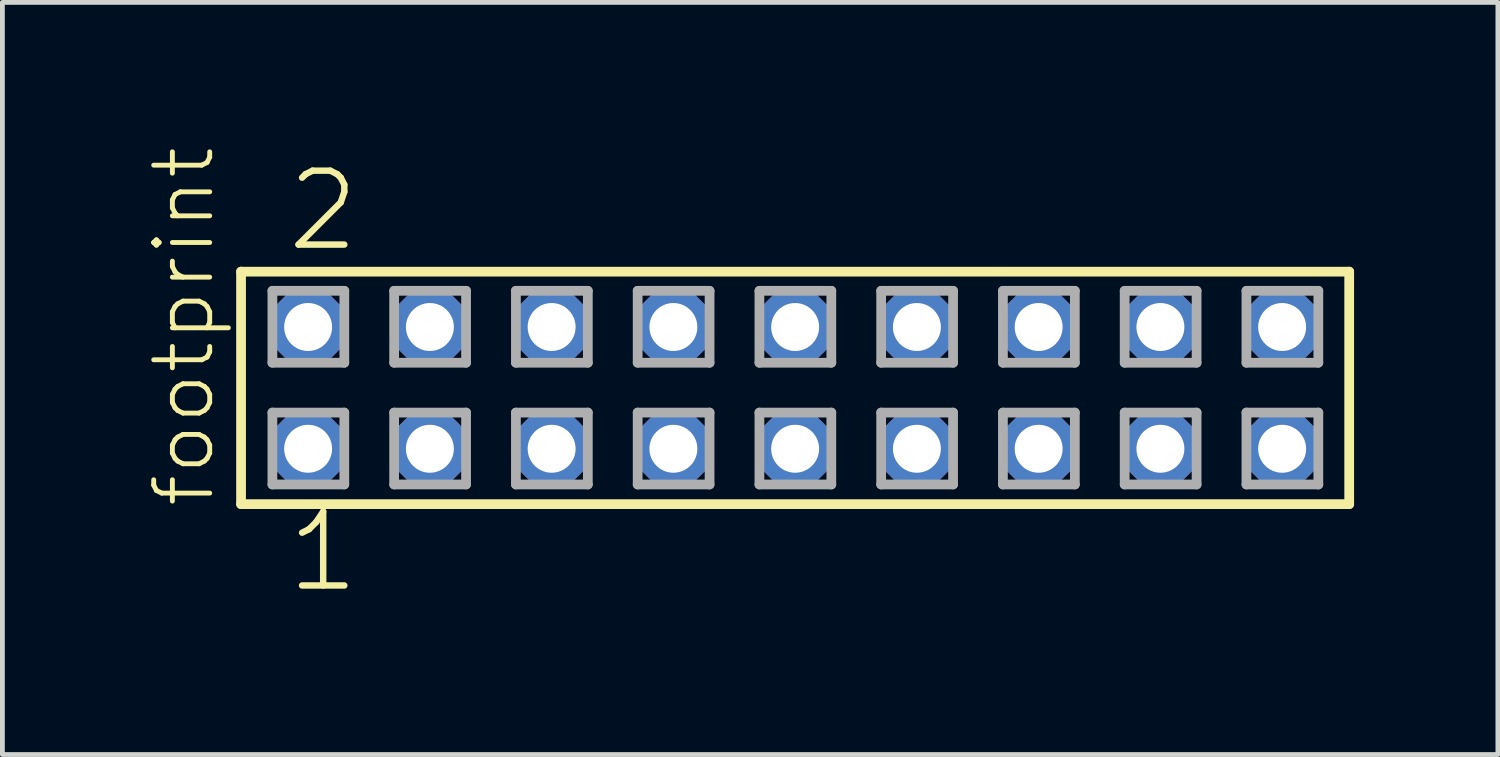
<source format=kicad_pcb>
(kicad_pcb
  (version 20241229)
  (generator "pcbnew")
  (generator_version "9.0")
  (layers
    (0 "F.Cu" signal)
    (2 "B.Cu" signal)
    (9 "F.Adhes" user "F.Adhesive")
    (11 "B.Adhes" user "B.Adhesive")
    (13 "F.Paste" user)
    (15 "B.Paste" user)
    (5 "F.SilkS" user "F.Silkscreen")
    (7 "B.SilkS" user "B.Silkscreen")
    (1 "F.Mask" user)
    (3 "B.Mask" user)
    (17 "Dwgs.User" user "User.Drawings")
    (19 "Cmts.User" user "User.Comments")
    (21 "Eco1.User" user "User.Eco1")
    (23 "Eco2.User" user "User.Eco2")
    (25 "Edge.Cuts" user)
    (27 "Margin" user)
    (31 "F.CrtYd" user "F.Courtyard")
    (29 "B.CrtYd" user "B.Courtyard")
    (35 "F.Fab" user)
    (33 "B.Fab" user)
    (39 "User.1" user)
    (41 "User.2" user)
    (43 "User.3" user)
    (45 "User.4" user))
  (footprint "footprint"
    (layer "F.Cu")
    (at 13.538 5.042)
    (property "Reference" "footprint" (at -12.065 2.54 90) (layer "F.SilkS") (effects (font (size 1.168 1.168) (thickness 0.102)) (justify left bottom)))
    (fp_line (start -11.559 -2.425) (end 11.559 -2.425) (stroke (width 0.203) (type solid)) (layer "F.SilkS"))
    (fp_line (start -11.559 2.425) (end -11.559 -2.425) (stroke (width 0.203) (type solid)) (layer "F.SilkS"))
    (fp_line (start 11.559 -2.425) (end 11.559 2.425) (stroke (width 0.203) (type solid)) (layer "F.SilkS"))
    (fp_line (start 11.559 2.425) (end -11.559 2.425) (stroke (width 0.203) (type solid)) (layer "F.SilkS"))
    (fp_line (start -10.905 -2.025) (end -9.405 -2.025) (stroke (width 0.203) (type solid)) (layer "F.Fab"))
    (fp_line (start -10.905 -0.525) (end -10.905 -2.025) (stroke (width 0.203) (type solid)) (layer "F.Fab"))
    (fp_line (start -10.905 0.515) (end -9.405 0.515) (stroke (width 0.203) (type solid)) (layer "F.Fab"))
    (fp_line (start -10.905 2.015) (end -10.905 0.515) (stroke (width 0.203) (type solid)) (layer "F.Fab"))
    (fp_line (start -9.405 -2.025) (end -9.405 -0.525) (stroke (width 0.203) (type solid)) (layer "F.Fab"))
    (fp_line (start -9.405 -0.525) (end -10.905 -0.525) (stroke (width 0.203) (type solid)) (layer "F.Fab"))
    (fp_line (start -9.405 0.515) (end -9.405 2.015) (stroke (width 0.203) (type solid)) (layer "F.Fab"))
    (fp_line (start -9.405 2.015) (end -10.905 2.015) (stroke (width 0.203) (type solid)) (layer "F.Fab"))
    (fp_line (start -8.365 -2.025) (end -6.865 -2.025) (stroke (width 0.203) (type solid)) (layer "F.Fab"))
    (fp_line (start -8.365 -0.525) (end -8.365 -2.025) (stroke (width 0.203) (type solid)) (layer "F.Fab"))
    (fp_line (start -8.365 0.515) (end -6.865 0.515) (stroke (width 0.203) (type solid)) (layer "F.Fab"))
    (fp_line (start -8.365 2.015) (end -8.365 0.515) (stroke (width 0.203) (type solid)) (layer "F.Fab"))
    (fp_line (start -6.865 -2.025) (end -6.865 -0.525) (stroke (width 0.203) (type solid)) (layer "F.Fab"))
    (fp_line (start -6.865 -0.525) (end -8.365 -0.525) (stroke (width 0.203) (type solid)) (layer "F.Fab"))
    (fp_line (start -6.865 0.515) (end -6.865 2.015) (stroke (width 0.203) (type solid)) (layer "F.Fab"))
    (fp_line (start -6.865 2.015) (end -8.365 2.015) (stroke (width 0.203) (type solid)) (layer "F.Fab"))
    (fp_line (start -5.825 -2.025) (end -4.325 -2.025) (stroke (width 0.203) (type solid)) (layer "F.Fab"))
    (fp_line (start -5.825 -0.525) (end -5.825 -2.025) (stroke (width 0.203) (type solid)) (layer "F.Fab"))
    (fp_line (start -5.825 0.515) (end -4.325 0.515) (stroke (width 0.203) (type solid)) (layer "F.Fab"))
    (fp_line (start -5.825 2.015) (end -5.825 0.515) (stroke (width 0.203) (type solid)) (layer "F.Fab"))
    (fp_line (start -4.325 -2.025) (end -4.325 -0.525) (stroke (width 0.203) (type solid)) (layer "F.Fab"))
    (fp_line (start -4.325 -0.525) (end -5.825 -0.525) (stroke (width 0.203) (type solid)) (layer "F.Fab"))
    (fp_line (start -4.325 0.515) (end -4.325 2.015) (stroke (width 0.203) (type solid)) (layer "F.Fab"))
    (fp_line (start -4.325 2.015) (end -5.825 2.015) (stroke (width 0.203) (type solid)) (layer "F.Fab"))
    (fp_line (start -3.285 -2.025) (end -1.785 -2.025) (stroke (width 0.203) (type solid)) (layer "F.Fab"))
    (fp_line (start -3.285 -0.525) (end -3.285 -2.025) (stroke (width 0.203) (type solid)) (layer "F.Fab"))
    (fp_line (start -3.285 0.515) (end -1.785 0.515) (stroke (width 0.203) (type solid)) (layer "F.Fab"))
    (fp_line (start -3.285 2.015) (end -3.285 0.515) (stroke (width 0.203) (type solid)) (layer "F.Fab"))
    (fp_line (start -1.785 -2.025) (end -1.785 -0.525) (stroke (width 0.203) (type solid)) (layer "F.Fab"))
    (fp_line (start -1.785 -0.525) (end -3.285 -0.525) (stroke (width 0.203) (type solid)) (layer "F.Fab"))
    (fp_line (start -1.785 0.515) (end -1.785 2.015) (stroke (width 0.203) (type solid)) (layer "F.Fab"))
    (fp_line (start -1.785 2.015) (end -3.285 2.015) (stroke (width 0.203) (type solid)) (layer "F.Fab"))
    (fp_line (start -0.745 -2.025) (end 0.755 -2.025) (stroke (width 0.203) (type solid)) (layer "F.Fab"))
    (fp_line (start -0.745 -0.525) (end -0.745 -2.025) (stroke (width 0.203) (type solid)) (layer "F.Fab"))
    (fp_line (start -0.745 0.515) (end 0.755 0.515) (stroke (width 0.203) (type solid)) (layer "F.Fab"))
    (fp_line (start -0.745 2.015) (end -0.745 0.515) (stroke (width 0.203) (type solid)) (layer "F.Fab"))
    (fp_line (start 0.755 -2.025) (end 0.755 -0.525) (stroke (width 0.203) (type solid)) (layer "F.Fab"))
    (fp_line (start 0.755 -0.525) (end -0.745 -0.525) (stroke (width 0.203) (type solid)) (layer "F.Fab"))
    (fp_line (start 0.755 0.515) (end 0.755 2.015) (stroke (width 0.203) (type solid)) (layer "F.Fab"))
    (fp_line (start 0.755 2.015) (end -0.745 2.015) (stroke (width 0.203) (type solid)) (layer "F.Fab"))
    (fp_line (start 1.795 -2.025) (end 3.295 -2.025) (stroke (width 0.203) (type solid)) (layer "F.Fab"))
    (fp_line (start 1.795 -0.525) (end 1.795 -2.025) (stroke (width 0.203) (type solid)) (layer "F.Fab"))
    (fp_line (start 1.795 0.515) (end 3.295 0.515) (stroke (width 0.203) (type solid)) (layer "F.Fab"))
    (fp_line (start 1.795 2.015) (end 1.795 0.515) (stroke (width 0.203) (type solid)) (layer "F.Fab"))
    (fp_line (start 3.295 -2.025) (end 3.295 -0.525) (stroke (width 0.203) (type solid)) (layer "F.Fab"))
    (fp_line (start 3.295 -0.525) (end 1.795 -0.525) (stroke (width 0.203) (type solid)) (layer "F.Fab"))
    (fp_line (start 3.295 0.515) (end 3.295 2.015) (stroke (width 0.203) (type solid)) (layer "F.Fab"))
    (fp_line (start 3.295 2.015) (end 1.795 2.015) (stroke (width 0.203) (type solid)) (layer "F.Fab"))
    (fp_line (start 4.335 -2.025) (end 5.835 -2.025) (stroke (width 0.203) (type solid)) (layer "F.Fab"))
    (fp_line (start 4.335 -0.525) (end 4.335 -2.025) (stroke (width 0.203) (type solid)) (layer "F.Fab"))
    (fp_line (start 4.335 0.515) (end 5.835 0.515) (stroke (width 0.203) (type solid)) (layer "F.Fab"))
    (fp_line (start 4.335 2.015) (end 4.335 0.515) (stroke (width 0.203) (type solid)) (layer "F.Fab"))
    (fp_line (start 5.835 -2.025) (end 5.835 -0.525) (stroke (width 0.203) (type solid)) (layer "F.Fab"))
    (fp_line (start 5.835 -0.525) (end 4.335 -0.525) (stroke (width 0.203) (type solid)) (layer "F.Fab"))
    (fp_line (start 5.835 0.515) (end 5.835 2.015) (stroke (width 0.203) (type solid)) (layer "F.Fab"))
    (fp_line (start 5.835 2.015) (end 4.335 2.015) (stroke (width 0.203) (type solid)) (layer "F.Fab"))
    (fp_line (start 6.875 -2.025) (end 8.375 -2.025) (stroke (width 0.203) (type solid)) (layer "F.Fab"))
    (fp_line (start 6.875 -0.525) (end 6.875 -2.025) (stroke (width 0.203) (type solid)) (layer "F.Fab"))
    (fp_line (start 6.875 0.515) (end 8.375 0.515) (stroke (width 0.203) (type solid)) (layer "F.Fab"))
    (fp_line (start 6.875 2.015) (end 6.875 0.515) (stroke (width 0.203) (type solid)) (layer "F.Fab"))
    (fp_line (start 8.375 -2.025) (end 8.375 -0.525) (stroke (width 0.203) (type solid)) (layer "F.Fab"))
    (fp_line (start 8.375 -0.525) (end 6.875 -0.525) (stroke (width 0.203) (type solid)) (layer "F.Fab"))
    (fp_line (start 8.375 0.515) (end 8.375 2.015) (stroke (width 0.203) (type solid)) (layer "F.Fab"))
    (fp_line (start 8.375 2.015) (end 6.875 2.015) (stroke (width 0.203) (type solid)) (layer "F.Fab"))
    (fp_line (start 9.415 -2.025) (end 10.915 -2.025) (stroke (width 0.203) (type solid)) (layer "F.Fab"))
    (fp_line (start 9.415 -0.525) (end 9.415 -2.025) (stroke (width 0.203) (type solid)) (layer "F.Fab"))
    (fp_line (start 9.415 0.515) (end 10.915 0.515) (stroke (width 0.203) (type solid)) (layer "F.Fab"))
    (fp_line (start 9.415 2.015) (end 9.415 0.515) (stroke (width 0.203) (type solid)) (layer "F.Fab"))
    (fp_line (start 10.915 -2.025) (end 10.915 -0.525) (stroke (width 0.203) (type solid)) (layer "F.Fab"))
    (fp_line (start 10.915 -0.525) (end 9.415 -0.525) (stroke (width 0.203) (type solid)) (layer "F.Fab"))
    (fp_line (start 10.915 0.515) (end 10.915 2.015) (stroke (width 0.203) (type solid)) (layer "F.Fab"))
    (fp_line (start 10.915 2.015) (end 9.415 2.015) (stroke (width 0.203) (type solid)) (layer "F.Fab"))
    (fp_text user "2" (at -10.668 -2.794 0) (layer "F.SilkS") (effects (font (size 1.542 1.542) (thickness 0.134)) (justify left bottom)))
    (fp_text user "1" (at -10.668 4.318 0) (layer "F.SilkS") (effects (font (size 1.542 1.542) (thickness 0.134)) (justify left bottom)))
    (pad "1" thru_hole roundrect (at -10.16 1.27) (size 1.5 1.5) (drill 1) (layers "*.Cu" "*.Mask") (roundrect_rratio 0.25) (chamfer_ratio 0.25) (chamfer top_left top_right bottom_left bottom_right))
    (pad "2" thru_hole roundrect (at -10.16 -1.27) (size 1.5 1.5) (drill 1) (layers "*.Cu" "*.Mask") (roundrect_rratio 0.25) (chamfer_ratio 0.25) (chamfer top_left top_right bottom_left bottom_right))
    (pad "3" thru_hole roundrect (at -7.62 1.27) (size 1.5 1.5) (drill 1) (layers "*.Cu" "*.Mask") (roundrect_rratio 0.25) (chamfer_ratio 0.25) (chamfer top_left top_right bottom_left bottom_right))
    (pad "4" thru_hole roundrect (at -7.62 -1.27) (size 1.5 1.5) (drill 1) (layers "*.Cu" "*.Mask") (roundrect_rratio 0.25) (chamfer_ratio 0.25) (chamfer top_left top_right bottom_left bottom_right))
    (pad "5" thru_hole roundrect (at -5.08 1.27) (size 1.5 1.5) (drill 1) (layers "*.Cu" "*.Mask") (roundrect_rratio 0.25) (chamfer_ratio 0.25) (chamfer top_left top_right bottom_left bottom_right))
    (pad "6" thru_hole roundrect (at -5.08 -1.27) (size 1.5 1.5) (drill 1) (layers "*.Cu" "*.Mask") (roundrect_rratio 0.25) (chamfer_ratio 0.25) (chamfer top_left top_right bottom_left bottom_right))
    (pad "7" thru_hole roundrect (at -2.54 1.27) (size 1.5 1.5) (drill 1) (layers "*.Cu" "*.Mask") (roundrect_rratio 0.25) (chamfer_ratio 0.25) (chamfer top_left top_right bottom_left bottom_right))
    (pad "8" thru_hole roundrect (at -2.54 -1.27) (size 1.5 1.5) (drill 1) (layers "*.Cu" "*.Mask") (roundrect_rratio 0.25) (chamfer_ratio 0.25) (chamfer top_left top_right bottom_left bottom_right))
    (pad "9" thru_hole roundrect (at 0 1.27) (size 1.5 1.5) (drill 1) (layers "*.Cu" "*.Mask") (roundrect_rratio 0.25) (chamfer_ratio 0.25) (chamfer top_left top_right bottom_left bottom_right))
    (pad "10" thru_hole roundrect (at 0 -1.27) (size 1.5 1.5) (drill 1) (layers "*.Cu" "*.Mask") (roundrect_rratio 0.25) (chamfer_ratio 0.25) (chamfer top_left top_right bottom_left bottom_right))
    (pad "11" thru_hole roundrect (at 2.54 1.27) (size 1.5 1.5) (drill 1) (layers "*.Cu" "*.Mask") (roundrect_rratio 0.25) (chamfer_ratio 0.25) (chamfer top_left top_right bottom_left bottom_right))
    (pad "12" thru_hole roundrect (at 2.54 -1.27) (size 1.5 1.5) (drill 1) (layers "*.Cu" "*.Mask") (roundrect_rratio 0.25) (chamfer_ratio 0.25) (chamfer top_left top_right bottom_left bottom_right))
    (pad "13" thru_hole roundrect (at 5.08 1.27) (size 1.5 1.5) (drill 1) (layers "*.Cu" "*.Mask") (roundrect_rratio 0.25) (chamfer_ratio 0.25) (chamfer top_left top_right bottom_left bottom_right))
    (pad "14" thru_hole roundrect (at 5.08 -1.27) (size 1.5 1.5) (drill 1) (layers "*.Cu" "*.Mask") (roundrect_rratio 0.25) (chamfer_ratio 0.25) (chamfer top_left top_right bottom_left bottom_right))
    (pad "15" thru_hole roundrect (at 7.62 1.27) (size 1.5 1.5) (drill 1) (layers "*.Cu" "*.Mask") (roundrect_rratio 0.25) (chamfer_ratio 0.25) (chamfer top_left top_right bottom_left bottom_right))
    (pad "16" thru_hole roundrect (at 7.62 -1.27) (size 1.5 1.5) (drill 1) (layers "*.Cu" "*.Mask") (roundrect_rratio 0.25) (chamfer_ratio 0.25) (chamfer top_left top_right bottom_left bottom_right))
    (pad "17" thru_hole roundrect (at 10.16 1.27) (size 1.5 1.5) (drill 1) (layers "*.Cu" "*.Mask") (roundrect_rratio 0.25) (chamfer_ratio 0.25) (chamfer top_left top_right bottom_left bottom_right))
    (pad "18" thru_hole roundrect (at 10.16 -1.27) (size 1.5 1.5) (drill 1) (layers "*.Cu" "*.Mask") (roundrect_rratio 0.25) (chamfer_ratio 0.25) (chamfer top_left top_right bottom_left bottom_right)))
  (gr_rect
    (start -3 -3)
    (end 28.199 12.691)
    (stroke (width 0.1) (type default))
    (fill no)
    (layer "Edge.Cuts")))
</source>
